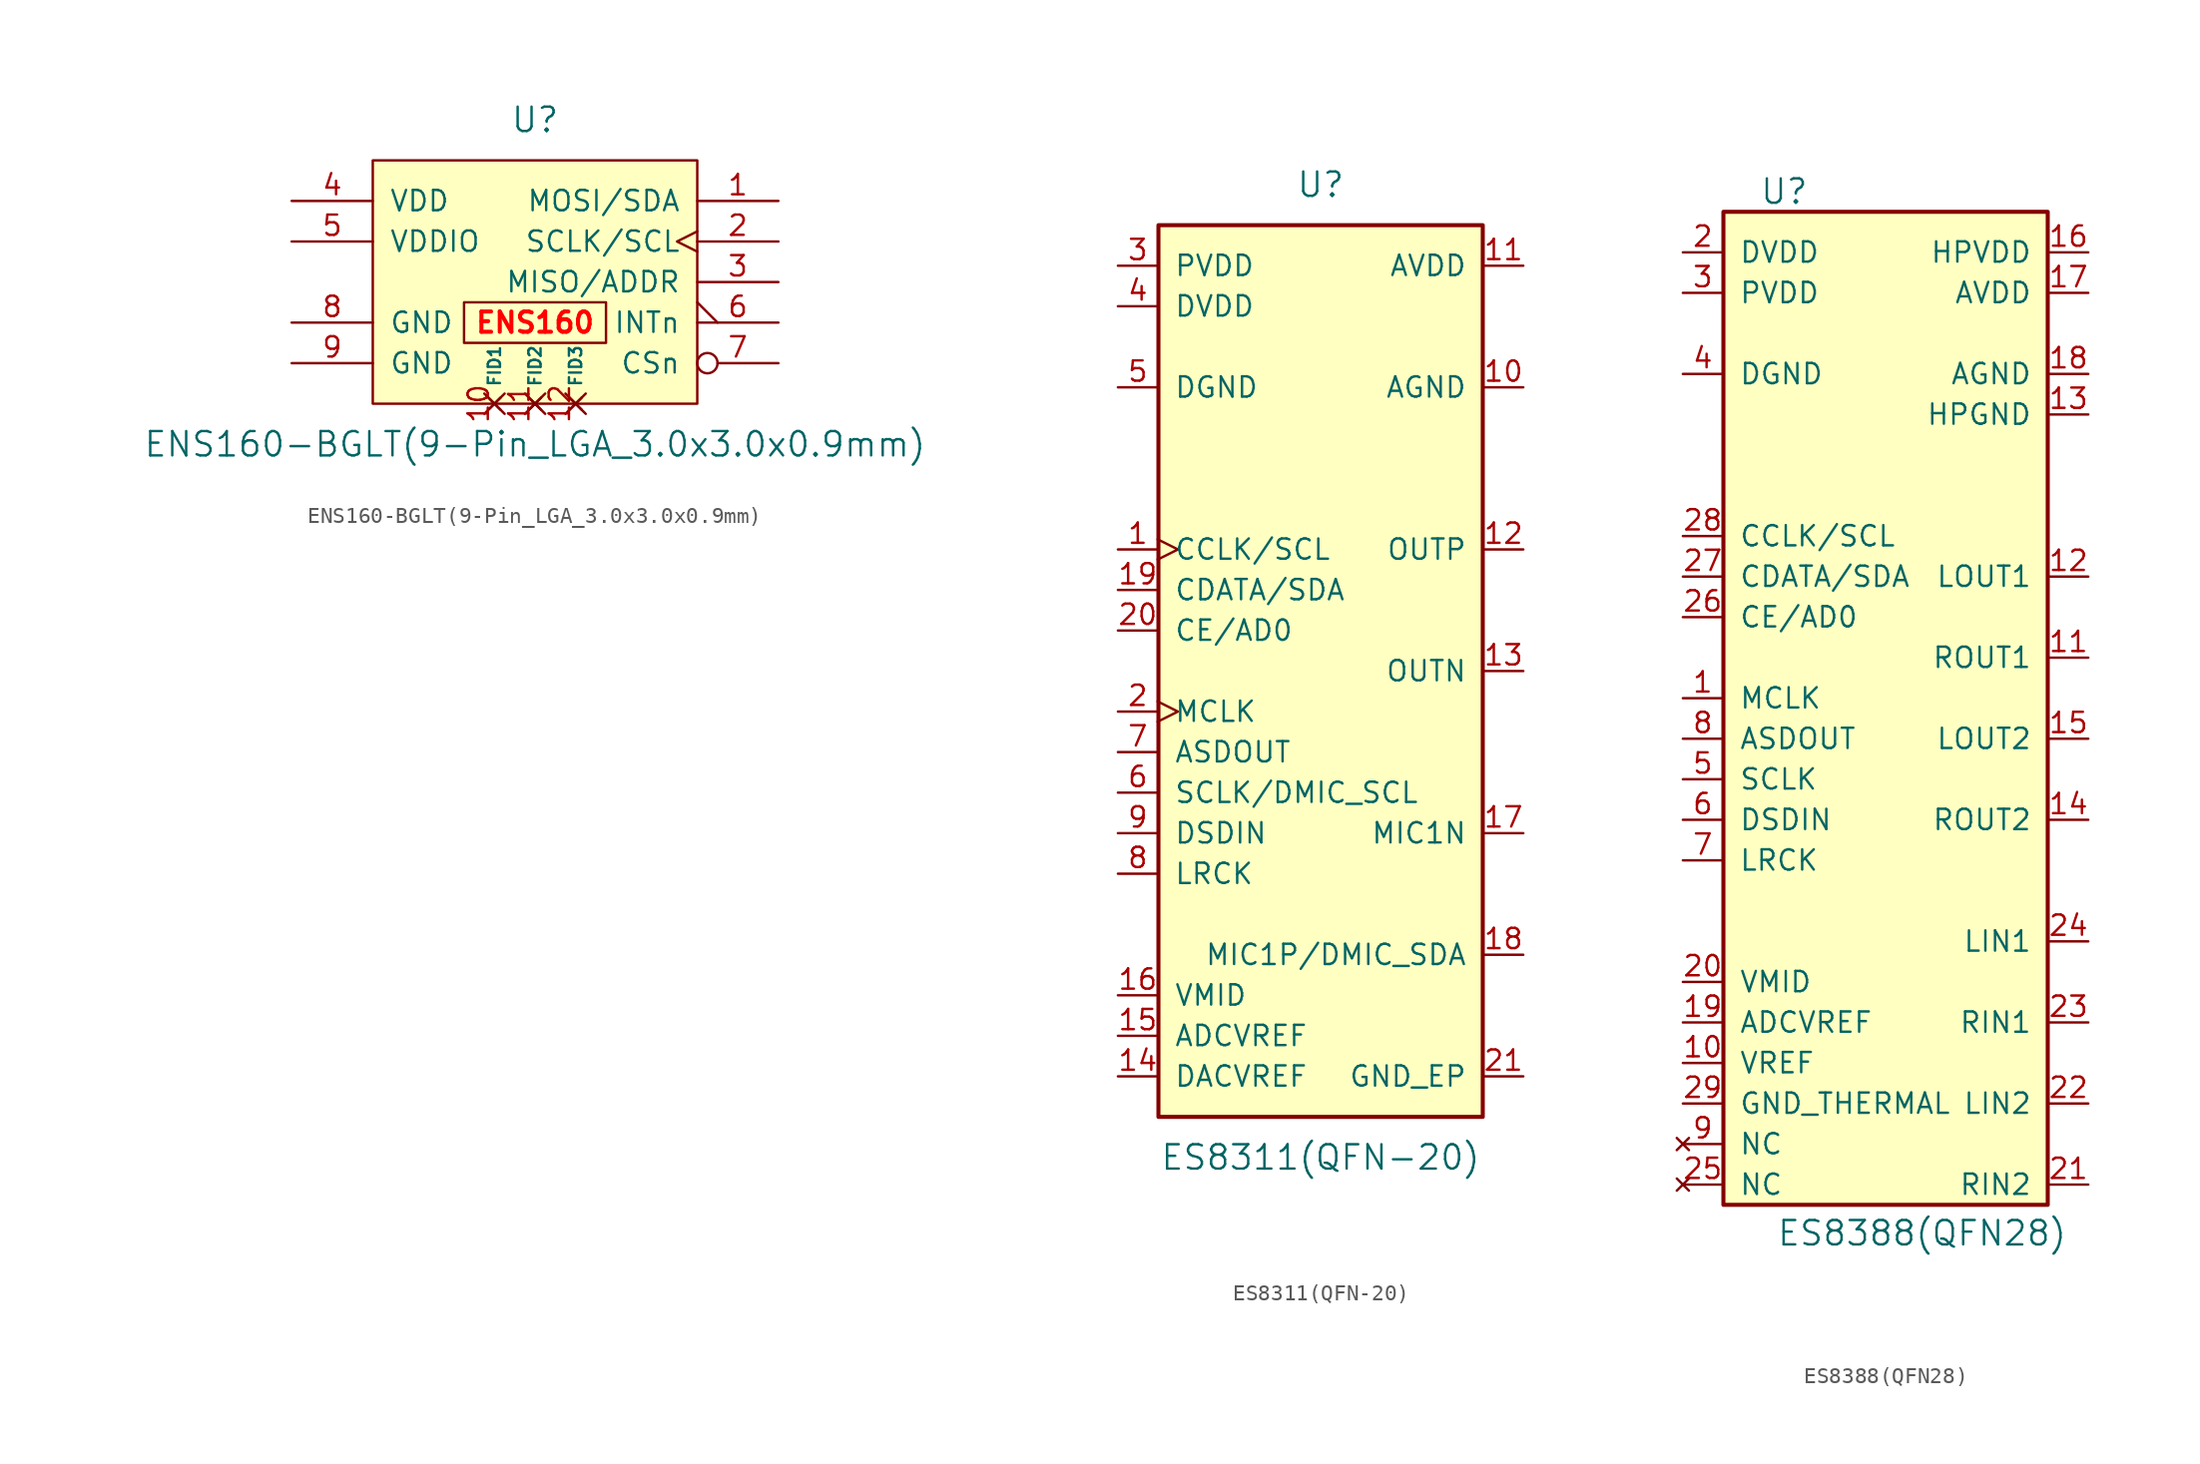
<source format=kicad_sym>
(kicad_symbol_lib
  (version 20220914)
  (generator kicad_symbol_editor)
  (symbol "ENS160-BGLT(9-Pin_LGA_3.0x3.0x0.9mm)"
    (pin_names
      (offset 1.016))
    (property "Reference" "U"
      (at 0 10.16 0)
      (effects (font (size 1.524 1.524))))
    (property "Value" "ENS160-BGLT(9-Pin_LGA_3.0x3.0x0.9mm)"
      (at 0 -10.16 0)
      (effects (font (size 1.524 1.524))))
    (symbol "ENS160-BGLT(9-Pin_LGA_3.0x3.0x0.9mm)_1_1"
      (rectangle (start -10.16 7.62) (end 10.16 -7.62) (stroke (width 0) (type solid)) (fill (type background)))
      (rectangle (start -4.445 -1.27) (end 4.445 -3.81) (stroke (width 0) (type default)) (fill (type none)))
      (text "ENS160" (at 0 -2.54 0) (effects (font (size 1.27 1.27) bold (color 255 0 0 1))))
      (pin bidirectional line (at 15.24 5.08 180) (length 5.08) (name "MOSI/SDA" (effects (font (size 1.27 1.27)))) (number "1" (effects (font (size 1.27 1.27)))))
      (pin no_connect non_logic (at -2.54 -7.62 90) (length 0) (name "FID1" (effects (font (size 0.762 0.762)))) (number "10" (effects (font (size 1.27 1.27)))))
      (pin no_connect non_logic (at 0 -7.62 90) (length 0) (name "FID2" (effects (font (size 0.762 0.762)))) (number "11" (effects (font (size 1.27 1.27)))))
      (pin no_connect non_logic (at 2.54 -7.62 90) (length 0) (name "FID3" (effects (font (size 0.762 0.762)))) (number "12" (effects (font (size 1.27 1.27)))))
      (pin input clock (at 15.24 2.54 180) (length 5.08) (name "SCLK/SCL" (effects (font (size 1.27 1.27)))) (number "2" (effects (font (size 1.27 1.27)))))
      (pin bidirectional line (at 15.24 0 180) (length 5.08) (name "MISO/ADDR" (effects (font (size 1.27 1.27)))) (number "3" (effects (font (size 1.27 1.27)))))
      (pin power_in line (at -15.24 5.08 0) (length 5.08) (name "VDD" (effects (font (size 1.27 1.27)))) (number "4" (effects (font (size 1.27 1.27)))))
      (pin power_in line (at -15.24 2.54 0) (length 5.08) (name "VDDIO" (effects (font (size 1.27 1.27)))) (number "5" (effects (font (size 1.27 1.27)))))
      (pin output output_low (at 15.24 -2.54 180) (length 5.08) (name "INTn" (effects (font (size 1.27 1.27)))) (number "6" (effects (font (size 1.27 1.27)))))
      (pin input inverted (at 15.24 -5.08 180) (length 5.08) (name "CSn" (effects (font (size 1.27 1.27)))) (number "7" (effects (font (size 1.27 1.27)))))
      (pin power_in line (at -15.24 -2.54 0) (length 5.08) (name "GND" (effects (font (size 1.27 1.27)))) (number "8" (effects (font (size 1.27 1.27)))))
      (pin power_in line (at -15.24 -5.08 0) (length 5.08) (name "GND" (effects (font (size 1.27 1.27)))) (number "9" (effects (font (size 1.27 1.27)))))))
  (symbol "ES8311(QFN-20)"
    (pin_names
      (offset 1.016))
    (property "Reference" "U"
      (at 0 30.48 0)
      (effects (font (size 1.524 1.524))))
    (property "Value" "ES8311(QFN-20)"
      (at 0 -30.48 0)
      (effects (font (size 1.524 1.524))))
    (symbol "ES8311(QFN-20)_1_1"
      (rectangle (start -10.16 27.94) (end 10.16 -27.94) (stroke (width 0.254) (type solid)) (fill (type background)))
      (pin input clock (at -12.7 7.62 0) (length 2.489) (name "CCLK/SCL" (effects (font (size 1.27 1.27)))) (number "1" (effects (font (size 1.27 1.27)))))
      (pin power_in line (at 12.7 17.78 180) (length 2.489) (name "AGND" (effects (font (size 1.27 1.27)))) (number "10" (effects (font (size 1.27 1.27)))))
      (pin power_in line (at 12.7 25.4 180) (length 2.489) (name "AVDD" (effects (font (size 1.27 1.27)))) (number "11" (effects (font (size 1.27 1.27)))))
      (pin output line (at 12.7 7.62 180) (length 2.489) (name "OUTP" (effects (font (size 1.27 1.27)))) (number "12" (effects (font (size 1.27 1.27)))))
      (pin output line (at 12.7 0 180) (length 2.489) (name "OUTN" (effects (font (size 1.27 1.27)))) (number "13" (effects (font (size 1.27 1.27)))))
      (pin passive line (at -12.7 -25.4 0) (length 2.489) (name "DACVREF" (effects (font (size 1.27 1.27)))) (number "14" (effects (font (size 1.27 1.27)))))
      (pin passive line (at -12.7 -22.86 0) (length 2.489) (name "ADCVREF" (effects (font (size 1.27 1.27)))) (number "15" (effects (font (size 1.27 1.27)))))
      (pin passive line (at -12.7 -20.32 0) (length 2.489) (name "VMID" (effects (font (size 1.27 1.27)))) (number "16" (effects (font (size 1.27 1.27)))))
      (pin input line (at 12.7 -10.16 180) (length 2.489) (name "MIC1N" (effects (font (size 1.27 1.27)))) (number "17" (effects (font (size 1.27 1.27)))))
      (pin input line (at 12.7 -17.78 180) (length 2.489) (name "MIC1P/DMIC_SDA" (effects (font (size 1.27 1.27)))) (number "18" (effects (font (size 1.27 1.27)))))
      (pin bidirectional line (at -12.7 5.08 0) (length 2.489) (name "CDATA/SDA" (effects (font (size 1.27 1.27)))) (number "19" (effects (font (size 1.27 1.27)))))
      (pin input clock (at -12.7 -2.54 0) (length 2.489) (name "MCLK" (effects (font (size 1.27 1.27)))) (number "2" (effects (font (size 1.27 1.27)))))
      (pin input line (at -12.7 2.54 0) (length 2.489) (name "CE/AD0" (effects (font (size 1.27 1.27)))) (number "20" (effects (font (size 1.27 1.27)))))
      (pin power_in line (at 12.7 -25.4 180) (length 2.489) (name "GND_EP" (effects (font (size 1.27 1.27)))) (number "21" (effects (font (size 1.27 1.27)))))
      (pin power_in line (at -12.7 25.4 0) (length 2.489) (name "PVDD" (effects (font (size 1.27 1.27)))) (number "3" (effects (font (size 1.27 1.27)))))
      (pin power_in line (at -12.7 22.86 0) (length 2.489) (name "DVDD" (effects (font (size 1.27 1.27)))) (number "4" (effects (font (size 1.27 1.27)))))
      (pin power_in line (at -12.7 17.78 0) (length 2.489) (name "DGND" (effects (font (size 1.27 1.27)))) (number "5" (effects (font (size 1.27 1.27)))))
      (pin bidirectional line (at -12.7 -7.62 0) (length 2.489) (name "SCLK/DMIC_SCL" (effects (font (size 1.27 1.27)))) (number "6" (effects (font (size 1.27 1.27)))))
      (pin output line (at -12.7 -5.08 0) (length 2.489) (name "ASDOUT" (effects (font (size 1.27 1.27)))) (number "7" (effects (font (size 1.27 1.27)))))
      (pin bidirectional line (at -12.7 -12.7 0) (length 2.489) (name "LRCK" (effects (font (size 1.27 1.27)))) (number "8" (effects (font (size 1.27 1.27)))))
      (pin input line (at -12.7 -10.16 0) (length 2.489) (name "DSDIN" (effects (font (size 1.27 1.27)))) (number "9" (effects (font (size 1.27 1.27)))))))
  (symbol "ES8388(QFN28)"
    (pin_names
      (offset 1.016))
    (property "Reference" "U"
      (at -6.35 31.75 0)
      (effects (font (size 1.524 1.524))))
    (property "Value" "ES8388(QFN28)"
      (at 2.286 -33.528 0)
      (effects (font (size 1.524 1.524))))
    (symbol "ES8388(QFN28)_0_1"
      (rectangle (start -10.16 30.48) (end 10.16 -31.75) (stroke (width 0.254) (type solid)) (fill (type background))))
    (symbol "ES8388(QFN28)_1_1"
      (pin input line (at -12.7 0 0) (length 2.489) (name "MCLK" (effects (font (size 1.27 1.27)))) (number "1" (effects (font (size 1.27 1.27)))))
      (pin output line (at -12.7 -22.86 0) (length 2.489) (name "VREF" (effects (font (size 1.27 1.27)))) (number "10" (effects (font (size 1.27 1.27)))))
      (pin output line (at 12.7 2.54 180) (length 2.489) (name "ROUT1" (effects (font (size 1.27 1.27)))) (number "11" (effects (font (size 1.27 1.27)))))
      (pin output line (at 12.7 7.62 180) (length 2.489) (name "LOUT1" (effects (font (size 1.27 1.27)))) (number "12" (effects (font (size 1.27 1.27)))))
      (pin power_in line (at 12.7 17.78 180) (length 2.489) (name "HPGND" (effects (font (size 1.27 1.27)))) (number "13" (effects (font (size 1.27 1.27)))))
      (pin output line (at 12.7 -7.62 180) (length 2.489) (name "ROUT2" (effects (font (size 1.27 1.27)))) (number "14" (effects (font (size 1.27 1.27)))))
      (pin output line (at 12.7 -2.54 180) (length 2.489) (name "LOUT2" (effects (font (size 1.27 1.27)))) (number "15" (effects (font (size 1.27 1.27)))))
      (pin power_in line (at 12.7 27.94 180) (length 2.489) (name "HPVDD" (effects (font (size 1.27 1.27)))) (number "16" (effects (font (size 1.27 1.27)))))
      (pin power_in line (at 12.7 25.4 180) (length 2.489) (name "AVDD" (effects (font (size 1.27 1.27)))) (number "17" (effects (font (size 1.27 1.27)))))
      (pin power_in line (at 12.7 20.32 180) (length 2.489) (name "AGND" (effects (font (size 1.27 1.27)))) (number "18" (effects (font (size 1.27 1.27)))))
      (pin output line (at -12.7 -20.32 0) (length 2.489) (name "ADCVREF" (effects (font (size 1.27 1.27)))) (number "19" (effects (font (size 1.27 1.27)))))
      (pin power_in line (at -12.7 27.94 0) (length 2.489) (name "DVDD" (effects (font (size 1.27 1.27)))) (number "2" (effects (font (size 1.27 1.27)))))
      (pin output line (at -12.7 -17.78 0) (length 2.489) (name "VMID" (effects (font (size 1.27 1.27)))) (number "20" (effects (font (size 1.27 1.27)))))
      (pin input line (at 12.7 -30.48 180) (length 2.489) (name "RIN2" (effects (font (size 1.27 1.27)))) (number "21" (effects (font (size 1.27 1.27)))))
      (pin input line (at 12.7 -25.4 180) (length 2.489) (name "LIN2" (effects (font (size 1.27 1.27)))) (number "22" (effects (font (size 1.27 1.27)))))
      (pin input line (at 12.7 -20.32 180) (length 2.489) (name "RIN1" (effects (font (size 1.27 1.27)))) (number "23" (effects (font (size 1.27 1.27)))))
      (pin input line (at 12.7 -15.24 180) (length 2.489) (name "LIN1" (effects (font (size 1.27 1.27)))) (number "24" (effects (font (size 1.27 1.27)))))
      (pin no_connect line (at -12.7 -30.48 0) (length 2.489) (name "NC" (effects (font (size 1.27 1.27)))) (number "25" (effects (font (size 1.27 1.27)))))
      (pin input line (at -12.7 5.08 0) (length 2.489) (name "CE/AD0" (effects (font (size 1.27 1.27)))) (number "26" (effects (font (size 1.27 1.27)))))
      (pin bidirectional line (at -12.7 7.62 0) (length 2.489) (name "CDATA/SDA" (effects (font (size 1.27 1.27)))) (number "27" (effects (font (size 1.27 1.27)))))
      (pin input line (at -12.7 10.16 0) (length 2.489) (name "CCLK/SCL" (effects (font (size 1.27 1.27)))) (number "28" (effects (font (size 1.27 1.27)))))
      (pin power_in line (at -12.7 -25.4 0) (length 2.489) (name "GND_THERMAL" (effects (font (size 1.27 1.27)))) (number "29" (effects (font (size 1.27 1.27)))))
      (pin power_in line (at -12.7 25.4 0) (length 2.489) (name "PVDD" (effects (font (size 1.27 1.27)))) (number "3" (effects (font (size 1.27 1.27)))))
      (pin power_in line (at -12.7 20.32 0) (length 2.489) (name "DGND" (effects (font (size 1.27 1.27)))) (number "4" (effects (font (size 1.27 1.27)))))
      (pin bidirectional line (at -12.7 -5.08 0) (length 2.489) (name "SCLK" (effects (font (size 1.27 1.27)))) (number "5" (effects (font (size 1.27 1.27)))))
      (pin input line (at -12.7 -7.62 0) (length 2.489) (name "DSDIN" (effects (font (size 1.27 1.27)))) (number "6" (effects (font (size 1.27 1.27)))))
      (pin bidirectional line (at -12.7 -10.16 0) (length 2.489) (name "LRCK" (effects (font (size 1.27 1.27)))) (number "7" (effects (font (size 1.27 1.27)))))
      (pin output line (at -12.7 -2.54 0) (length 2.489) (name "ASDOUT" (effects (font (size 1.27 1.27)))) (number "8" (effects (font (size 1.27 1.27)))))
      (pin no_connect line (at -12.7 -27.94 0) (length 2.489) (name "NC" (effects (font (size 1.27 1.27)))) (number "9" (effects (font (size 1.27 1.27))))))))
</source>
